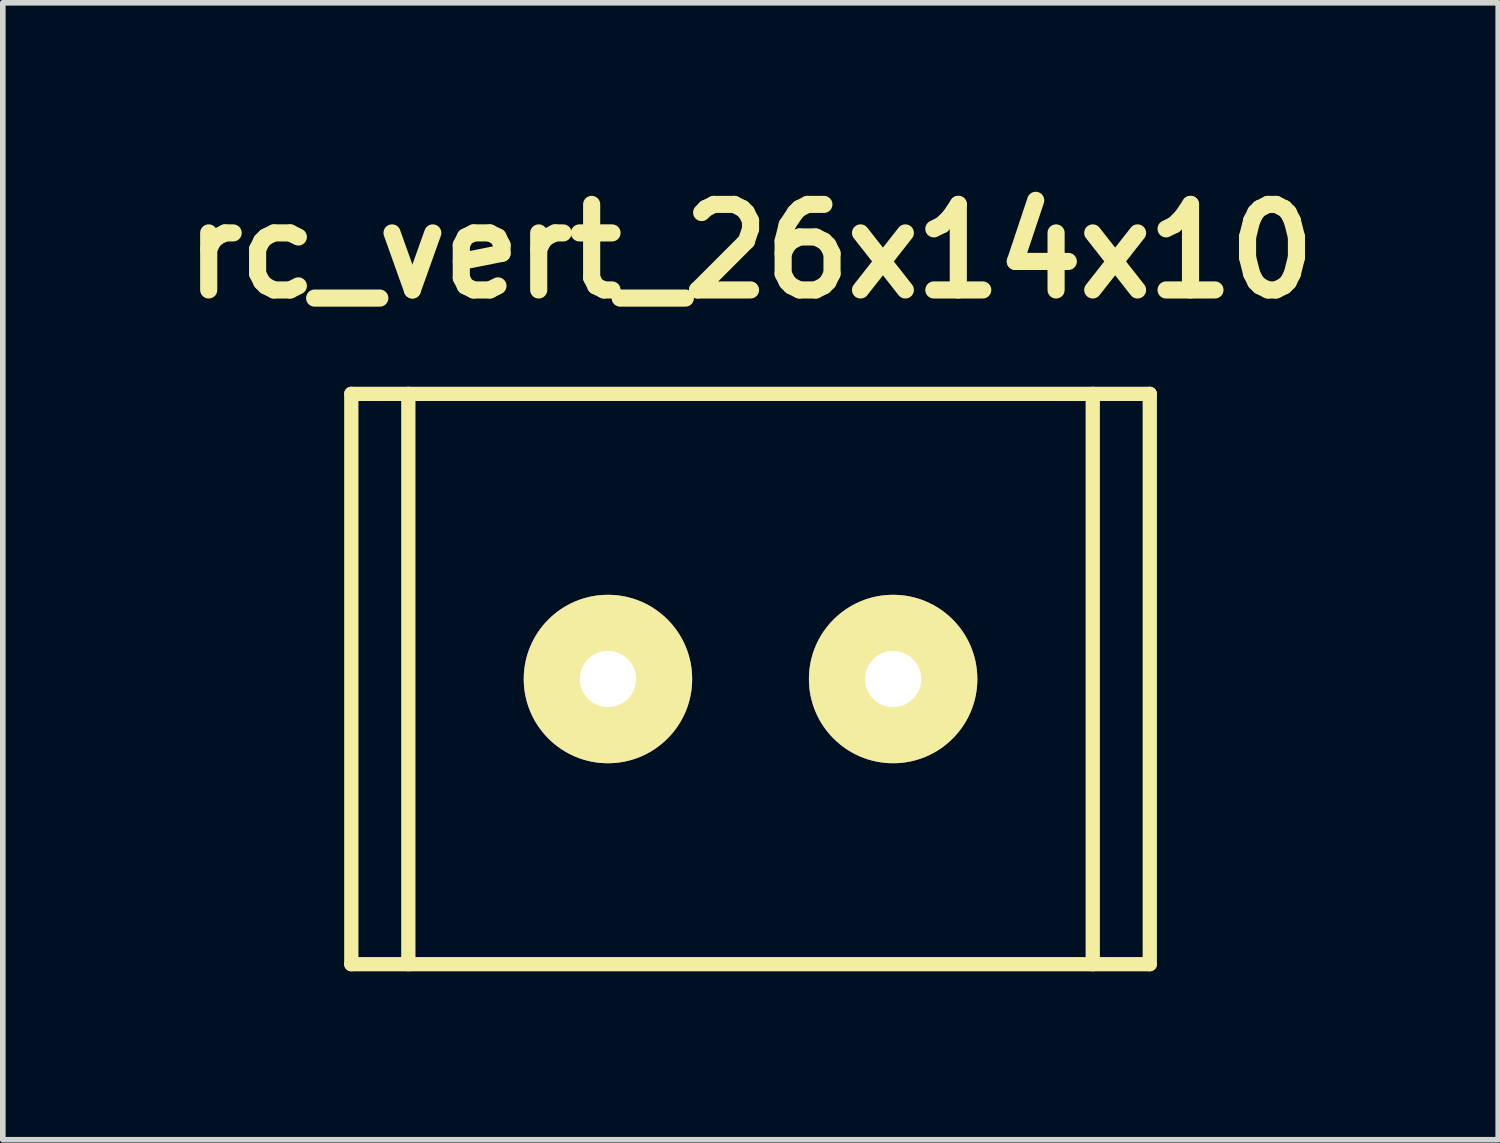
<source format=kicad_pcb>
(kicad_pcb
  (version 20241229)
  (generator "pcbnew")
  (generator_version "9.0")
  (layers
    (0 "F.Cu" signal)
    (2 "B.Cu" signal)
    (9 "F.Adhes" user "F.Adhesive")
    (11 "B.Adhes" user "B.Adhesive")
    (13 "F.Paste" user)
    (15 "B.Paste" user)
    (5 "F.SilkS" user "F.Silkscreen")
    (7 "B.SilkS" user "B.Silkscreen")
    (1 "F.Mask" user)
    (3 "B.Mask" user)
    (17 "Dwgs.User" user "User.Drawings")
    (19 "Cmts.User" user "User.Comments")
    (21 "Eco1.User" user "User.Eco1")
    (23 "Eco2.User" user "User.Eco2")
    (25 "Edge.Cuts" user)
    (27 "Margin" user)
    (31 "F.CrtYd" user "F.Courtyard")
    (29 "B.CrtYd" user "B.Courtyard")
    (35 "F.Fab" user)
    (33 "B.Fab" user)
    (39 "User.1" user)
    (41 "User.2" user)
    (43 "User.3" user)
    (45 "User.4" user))
  (footprint "rc_vert_26x14x10"
    (layer "F.Cu")
    (at 10.32 9.046)
    (property "Reference" "rc_vert_26x14x10" (at 0 -7.62 0) (layer "F.SilkS") (effects (font (size 1.524 1.524) (thickness 0.305))))
    (attr through_hole)
    (fp_line (start -7.112 -5.08) (end -7.112 5.08) (stroke (width 0.254) (type solid)) (layer "F.SilkS"))
    (fp_line (start -7.112 5.08) (end 7.112 5.08) (stroke (width 0.254) (type solid)) (layer "F.SilkS"))
    (fp_line (start -6.096 -5.08) (end -6.096 5.08) (stroke (width 0.254) (type solid)) (layer "F.SilkS"))
    (fp_line (start 6.096 -5.08) (end 6.096 5.08) (stroke (width 0.254) (type solid)) (layer "F.SilkS"))
    (fp_line (start 7.112 -5.08) (end -7.112 -5.08) (stroke (width 0.254) (type solid)) (layer "F.SilkS"))
    (fp_line (start 7.112 5.08) (end 7.112 -5.08) (stroke (width 0.254) (type solid)) (layer "F.SilkS"))
    (pad "1" thru_hole circle (at 2.54 0) (size 3 3) (drill 1.001) (layers "*.Cu" "*.Mask" "F.SilkS"))
    (pad "2" thru_hole circle (at -2.54 0) (size 3 3) (drill 1.001) (layers "*.Cu" "*.Mask" "F.SilkS")))
  (gr_rect
    (start -3 -3)
    (end 23.639 17.253)
    (stroke (width 0.1) (type default))
    (fill no)
    (layer "Edge.Cuts")))
</source>
